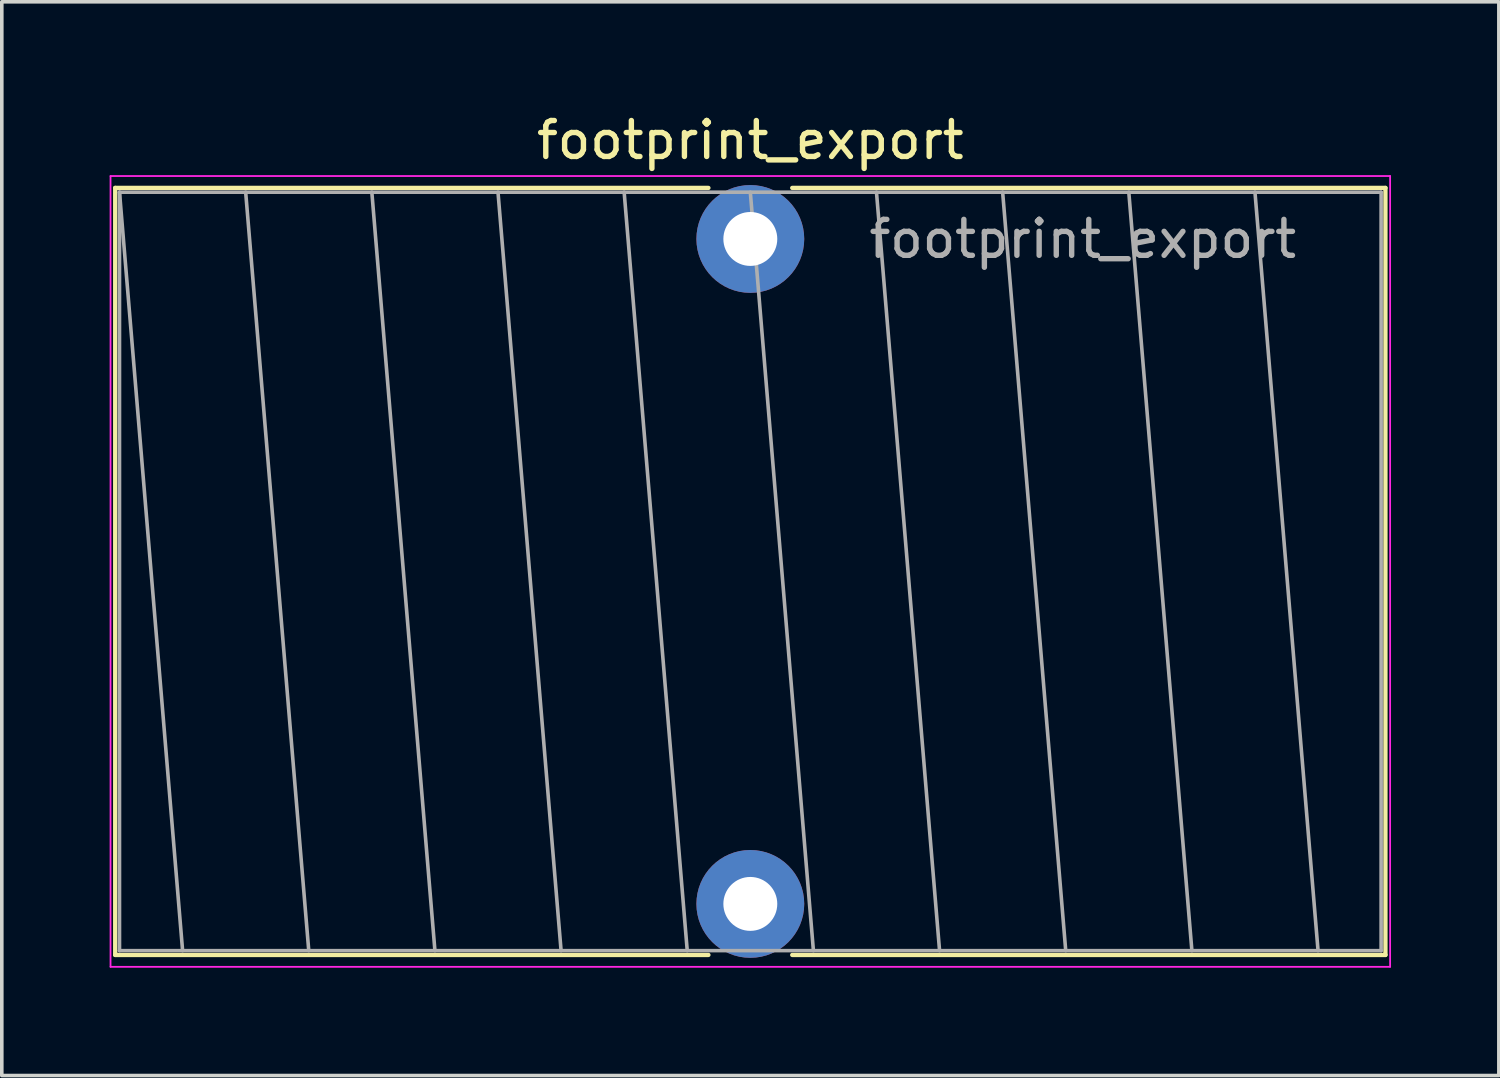
<source format=kicad_pcb>
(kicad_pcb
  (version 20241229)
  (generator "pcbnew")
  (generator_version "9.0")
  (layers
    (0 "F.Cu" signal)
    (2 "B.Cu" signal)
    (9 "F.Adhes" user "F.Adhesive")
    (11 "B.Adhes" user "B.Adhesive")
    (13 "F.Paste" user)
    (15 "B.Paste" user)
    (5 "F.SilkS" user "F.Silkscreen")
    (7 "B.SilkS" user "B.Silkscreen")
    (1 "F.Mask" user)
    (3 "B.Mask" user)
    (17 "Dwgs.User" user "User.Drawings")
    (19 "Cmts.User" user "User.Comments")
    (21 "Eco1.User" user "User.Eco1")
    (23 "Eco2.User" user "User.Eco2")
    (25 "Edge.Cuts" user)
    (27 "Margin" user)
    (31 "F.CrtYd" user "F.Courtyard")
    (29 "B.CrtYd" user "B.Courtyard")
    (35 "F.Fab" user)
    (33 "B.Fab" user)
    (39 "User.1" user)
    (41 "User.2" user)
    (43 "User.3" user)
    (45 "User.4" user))
  (footprint "footprint_export"
    (layer "F.Cu")
    (at 17.825 3.598)
    (property "Reference" "footprint_export" (at 0 -2.75 0) (layer "F.SilkS") (effects (font (size 1 1) (thickness 0.15))))
    (attr through_hole)
    (fp_line (start -17.67 -1.42) (end -17.67 19.92) (stroke (width 0.12) (type solid)) (layer "F.SilkS"))
    (fp_line (start -17.67 -1.42) (end -1.166 -1.42) (stroke (width 0.12) (type solid)) (layer "F.SilkS"))
    (fp_line (start -17.67 19.92) (end -1.166 19.92) (stroke (width 0.12) (type solid)) (layer "F.SilkS"))
    (fp_line (start 1.166 -1.42) (end 17.67 -1.42) (stroke (width 0.12) (type solid)) (layer "F.SilkS"))
    (fp_line (start 1.166 19.92) (end 17.67 19.92) (stroke (width 0.12) (type solid)) (layer "F.SilkS"))
    (fp_line (start 17.67 -1.42) (end 17.67 19.92) (stroke (width 0.12) (type solid)) (layer "F.SilkS"))
    (fp_line (start -17.8 -1.75) (end -17.8 20.25) (stroke (width 0.05) (type solid)) (layer "F.CrtYd"))
    (fp_line (start -17.8 20.25) (end 17.8 20.25) (stroke (width 0.05) (type solid)) (layer "F.CrtYd"))
    (fp_line (start 17.8 -1.75) (end -17.8 -1.75) (stroke (width 0.05) (type solid)) (layer "F.CrtYd"))
    (fp_line (start 17.8 20.25) (end 17.8 -1.75) (stroke (width 0.05) (type solid)) (layer "F.CrtYd"))
    (fp_line (start -17.55 -1.3) (end -17.55 19.8) (stroke (width 0.1) (type solid)) (layer "F.Fab"))
    (fp_line (start -17.55 -1.3) (end -15.795 19.8) (stroke (width 0.1) (type solid)) (layer "F.Fab"))
    (fp_line (start -17.55 19.8) (end 17.55 19.8) (stroke (width 0.1) (type solid)) (layer "F.Fab"))
    (fp_line (start -14.04 -1.3) (end -12.285 19.8) (stroke (width 0.1) (type solid)) (layer "F.Fab"))
    (fp_line (start -10.53 -1.3) (end -8.775 19.8) (stroke (width 0.1) (type solid)) (layer "F.Fab"))
    (fp_line (start -7.02 -1.3) (end -5.265 19.8) (stroke (width 0.1) (type solid)) (layer "F.Fab"))
    (fp_line (start -3.51 -1.3) (end -1.755 19.8) (stroke (width 0.1) (type solid)) (layer "F.Fab"))
    (fp_line (start 0 -1.3) (end 1.755 19.8) (stroke (width 0.1) (type solid)) (layer "F.Fab"))
    (fp_line (start 3.51 -1.3) (end 5.265 19.8) (stroke (width 0.1) (type solid)) (layer "F.Fab"))
    (fp_line (start 7.02 -1.3) (end 8.775 19.8) (stroke (width 0.1) (type solid)) (layer "F.Fab"))
    (fp_line (start 10.53 -1.3) (end 12.285 19.8) (stroke (width 0.1) (type solid)) (layer "F.Fab"))
    (fp_line (start 14.04 -1.3) (end 15.795 19.8) (stroke (width 0.1) (type solid)) (layer "F.Fab"))
    (fp_line (start 17.55 -1.3) (end -17.55 -1.3) (stroke (width 0.1) (type solid)) (layer "F.Fab"))
    (fp_line (start 17.55 19.8) (end 17.55 -1.3) (stroke (width 0.1) (type solid)) (layer "F.Fab"))
    (fp_text user "${REFERENCE}" (at 9.25 0 0) (layer "F.Fab") (effects (font (size 1 1) (thickness 0.15))))
    (pad "1" thru_hole circle (at 0 0) (size 3 3) (drill 1.5) (layers "*.Cu" "*.Mask"))
    (pad "2" thru_hole circle (at 0 18.5) (size 3 3) (drill 1.5) (layers "*.Cu" "*.Mask")))
  (gr_rect
    (start -3 -3)
    (end 38.65 26.873)
    (stroke (width 0.1) (type default))
    (fill no)
    (layer "Edge.Cuts")))
</source>
